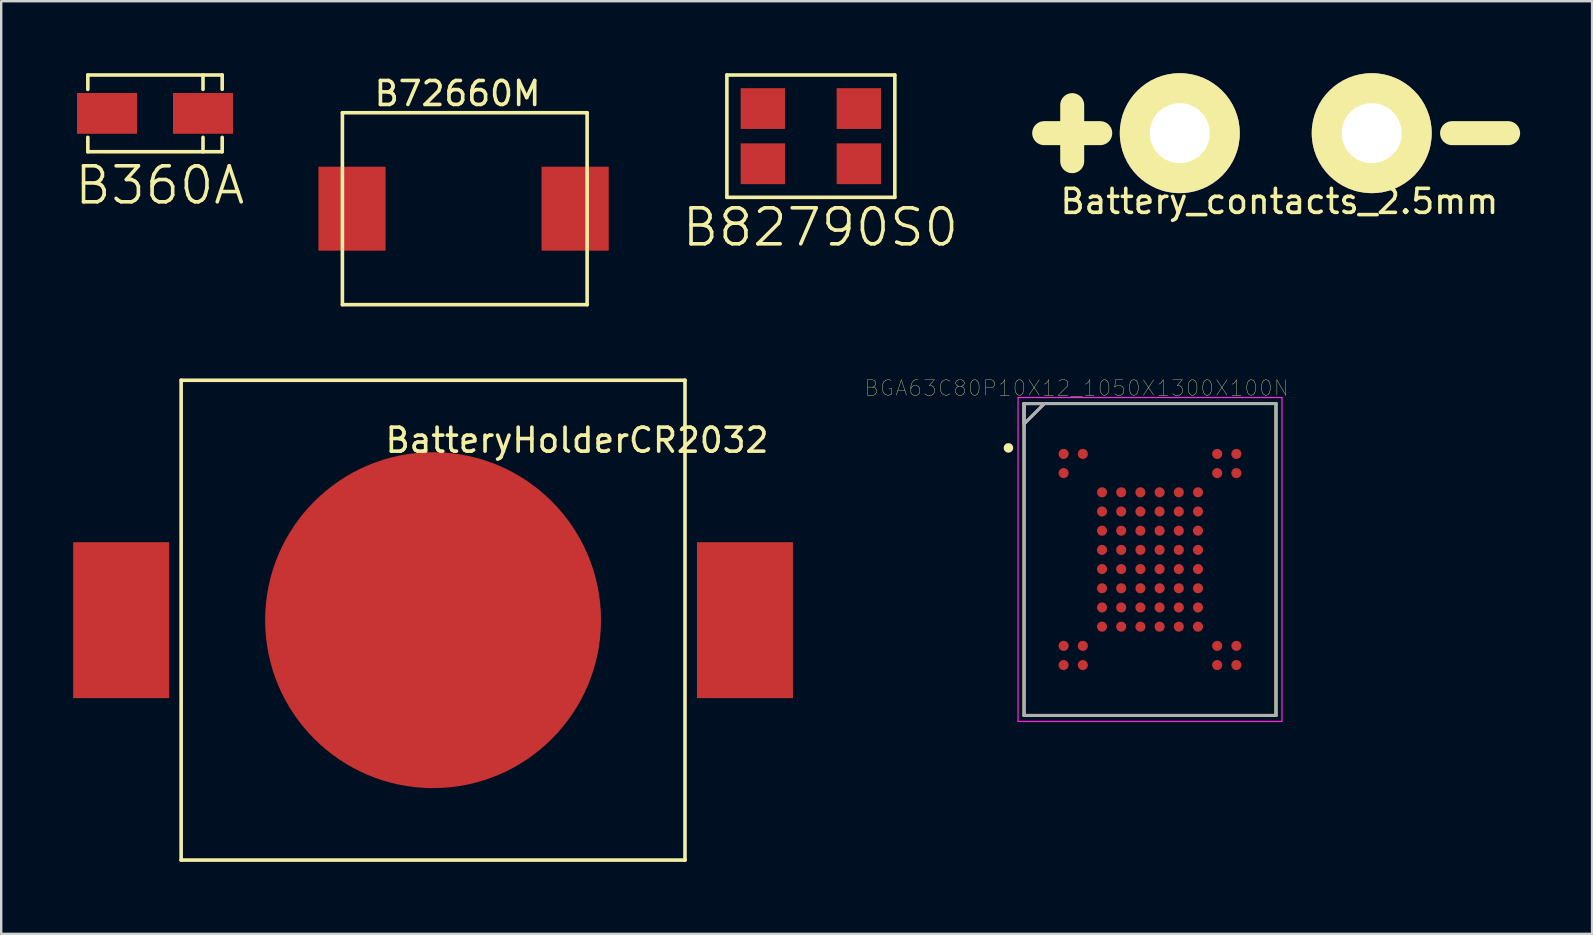
<source format=kicad_pcb>
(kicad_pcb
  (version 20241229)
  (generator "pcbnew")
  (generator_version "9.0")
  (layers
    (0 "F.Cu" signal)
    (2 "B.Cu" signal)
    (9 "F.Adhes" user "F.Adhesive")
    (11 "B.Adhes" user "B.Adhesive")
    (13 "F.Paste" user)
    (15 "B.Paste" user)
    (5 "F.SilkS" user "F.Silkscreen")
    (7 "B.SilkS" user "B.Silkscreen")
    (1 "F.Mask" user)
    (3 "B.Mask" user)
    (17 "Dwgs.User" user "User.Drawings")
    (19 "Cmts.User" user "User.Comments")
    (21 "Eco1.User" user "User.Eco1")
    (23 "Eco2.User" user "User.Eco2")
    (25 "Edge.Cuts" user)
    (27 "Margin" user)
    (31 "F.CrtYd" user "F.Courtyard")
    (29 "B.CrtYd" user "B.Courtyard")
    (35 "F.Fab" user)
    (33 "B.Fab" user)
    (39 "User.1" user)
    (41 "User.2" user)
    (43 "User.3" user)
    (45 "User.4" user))
  (footprint "BatteryHolderCR2032"
    (layer "F.Cu")
    (at 2 22.798)
    (property "Reference" "BatteryHolderCR2032" (at 19 -7.5 0) (layer "F.SilkS") (effects (font (size 1 1) (thickness 0.15))))
    (attr through_hole)
    (fp_line (start 2.5 -10) (end 23.5 -10) (stroke (width 0.15) (type solid)) (layer "F.SilkS"))
    (fp_line (start 2.5 10) (end 2.5 -10) (stroke (width 0.15) (type solid)) (layer "F.SilkS"))
    (fp_line (start 23.5 -10) (end 23.5 10) (stroke (width 0.15) (type solid)) (layer "F.SilkS"))
    (fp_line (start 23.5 10) (end 2.5 10) (stroke (width 0.15) (type solid)) (layer "F.SilkS"))
    (pad "1" smd rect (at 0 0) (size 4 6.5) (layers "F.Cu" "F.Mask" "F.Paste"))
    (pad "1" smd rect (at 26 0) (size 4 6.5) (layers "F.Cu" "F.Mask" "F.Paste"))
    (pad "2" smd circle (at 13 0) (size 14 14) (layers "F.Cu" "F.Mask" "F.Paste")))
  (footprint "B360A"
    (layer "F.Cu")
    (at 1.411 1.675)
    (property "Reference" "B360A" (at 2.2 3 0) (layer "F.SilkS") (effects (font (size 1.5 1.5) (thickness 0.15))))
    (attr through_hole)
    (fp_line (start -0.8 -1.6) (end 4.8 -1.6) (stroke (width 0.15) (type solid)) (layer "F.SilkS"))
    (fp_line (start -0.8 -1) (end -0.8 -1.6) (stroke (width 0.15) (type solid)) (layer "F.SilkS"))
    (fp_line (start -0.8 1) (end -0.8 1.6) (stroke (width 0.15) (type solid)) (layer "F.SilkS"))
    (fp_line (start -0.8 1.6) (end 4.8 1.6) (stroke (width 0.15) (type solid)) (layer "F.SilkS"))
    (fp_line (start 4 -1.6) (end 4 -1) (stroke (width 0.15) (type solid)) (layer "F.SilkS"))
    (fp_line (start 4 1) (end 4 1.6) (stroke (width 0.15) (type solid)) (layer "F.SilkS"))
    (fp_line (start 4.8 -1.6) (end 4.8 -1) (stroke (width 0.15) (type solid)) (layer "F.SilkS"))
    (fp_line (start 4.8 1.6) (end 4.8 1) (stroke (width 0.15) (type solid)) (layer "F.SilkS"))
    (pad "1" smd rect (at 0 0) (size 2.5 1.7) (layers "F.Cu" "F.Mask" "F.Paste"))
    (pad "2" smd rect (at 4 0) (size 2.5 1.7) (layers "F.Cu" "F.Mask" "F.Paste")))
  (footprint "B82790S0"
    (layer "F.Cu")
    (at 30.746 2.625)
    (property "Reference" "B82790S0" (at 0.4 3.8 0) (layer "F.SilkS") (effects (font (size 1.5 1.5) (thickness 0.15))))
    (attr through_hole)
    (fp_line (start -3.5 -2.55) (end 3.5 -2.55) (stroke (width 0.15) (type solid)) (layer "F.SilkS"))
    (fp_line (start -3.5 2.55) (end -3.5 -2.55) (stroke (width 0.15) (type solid)) (layer "F.SilkS"))
    (fp_line (start 3.5 -2.55) (end 3.5 2.55) (stroke (width 0.15) (type solid)) (layer "F.SilkS"))
    (fp_line (start 3.5 2.55) (end -3.5 2.55) (stroke (width 0.15) (type solid)) (layer "F.SilkS"))
    (pad "1" smd rect (at -2 -1.15 270) (size 1.7 1.85) (layers "F.Cu" "F.Mask" "F.Paste"))
    (pad "2" smd rect (at 2 -1.15 270) (size 1.7 1.85) (layers "F.Cu" "F.Mask" "F.Paste"))
    (pad "3" smd rect (at -2 1.15 270) (size 1.7 1.85) (layers "F.Cu" "F.Mask" "F.Paste"))
    (pad "4" smd rect (at 2 1.15 270) (size 1.7 1.85) (layers "F.Cu" "F.Mask" "F.Paste")))
  (footprint "B72660M"
    (layer "F.Cu")
    (at 11.621 5.648)
    (property "Reference" "B72660M" (at 4.4 -4.8 0) (layer "F.SilkS") (effects (font (size 1 1) (thickness 0.15))))
    (attr through_hole)
    (fp_line (start -0.4 -4) (end -0.4 4) (stroke (width 0.15) (type solid)) (layer "F.SilkS"))
    (fp_line (start -0.4 4) (end 9.8 4) (stroke (width 0.15) (type solid)) (layer "F.SilkS"))
    (fp_line (start 9.8 -4) (end -0.4 -4) (stroke (width 0.15) (type solid)) (layer "F.SilkS"))
    (fp_line (start 9.8 4) (end 9.8 -4) (stroke (width 0.15) (type solid)) (layer "F.SilkS"))
    (pad "1" smd rect (at 0 0) (size 2.8 3.5) (layers "F.Cu" "F.Mask" "F.Paste"))
    (pad "2" smd rect (at 9.3 0) (size 2.8 3.5) (layers "F.Cu" "F.Mask" "F.Paste")))
  (footprint "Battery_contacts_2.5mm"
    (layer "F.Cu")
    (at 50.123 2.5)
    (property "Reference" "Battery_contacts_2.5mm" (at 0.152 2.845 0) (layer "F.SilkS") (effects (font (size 1 1) (thickness 0.15))))
    (attr through_hole)
    (fp_line (start -9.652 0) (end -7.315 0) (stroke (width 1) (type solid)) (layer "F.SilkS"))
    (fp_line (start -8.484 1.168) (end -8.484 -1.168) (stroke (width 1) (type solid)) (layer "F.SilkS"))
    (fp_line (start 7.348 0) (end 9.685 0) (stroke (width 1) (type solid)) (layer "F.SilkS"))
    (pad "1" thru_hole circle (at -4 0) (size 5 5) (drill 2.5) (layers "*.Cu" "*.Mask" "F.SilkS"))
    (pad "2" thru_hole circle (at 4 0) (size 5 5) (drill 2.5) (layers "*.Cu" "*.Mask" "F.SilkS")))
  (footprint "BGA63C80P10X12_1050X1300X100N"
    (layer "F.Cu")
    (at 44.882 20.269)
    (property "Reference" "BGA63C80P10X12_1050X1300X100N" (at -3.058 -7.144 0) (layer "F.SilkS") (effects (font (size 0.642 0.642) (thickness 0.015))))
    (attr through_hole)
    (fp_line (start -5.25 -6.5) (end 5.25 -6.5) (stroke (width 0.127) (type solid)) (layer "F.SilkS"))
    (fp_line (start -5.25 6.5) (end -5.25 -6.5) (stroke (width 0.127) (type solid)) (layer "F.SilkS"))
    (fp_line (start 5.25 -6.5) (end 5.25 6.5) (stroke (width 0.127) (type solid)) (layer "F.SilkS"))
    (fp_line (start 5.25 6.5) (end -5.25 6.5) (stroke (width 0.127) (type solid)) (layer "F.SilkS"))
    (fp_circle (center -5.9 -4.65) (end -5.8 -4.65) (stroke (width 0.2) (type solid)) (fill no) (layer "F.SilkS"))
    (fp_line (start -5.5 -6.75) (end 5.5 -6.75) (stroke (width 0.05) (type solid)) (layer "F.CrtYd"))
    (fp_line (start -5.5 6.75) (end -5.5 -6.75) (stroke (width 0.05) (type solid)) (layer "F.CrtYd"))
    (fp_line (start 5.5 -6.75) (end 5.5 6.75) (stroke (width 0.05) (type solid)) (layer "F.CrtYd"))
    (fp_line (start 5.5 6.75) (end -5.5 6.75) (stroke (width 0.05) (type solid)) (layer "F.CrtYd"))
    (fp_line (start -5.25 -6.5) (end 5.25 -6.5) (stroke (width 0.127) (type solid)) (layer "F.Fab"))
    (fp_line (start -5.25 6.5) (end -5.25 -6.5) (stroke (width 0.127) (type solid)) (layer "F.Fab"))
    (fp_line (start 5.25 -6.5) (end 5.25 6.5) (stroke (width 0.127) (type solid)) (layer "F.Fab"))
    (fp_line (start 5.25 6.5) (end -5.25 6.5) (stroke (width 0.127) (type solid)) (layer "F.Fab"))
    (fp_poly (pts (xy -5.25 -5.65) (xy -4.4 -6.5) (xy -5.25 -6.5)) (stroke (width 0.127) (type solid)) (fill no) (layer "F.Fab"))
    (fp_poly (pts (xy -5.25 -5.65) (xy -4.4 -6.5) (xy -5.25 -6.5)) (stroke (width 0.127) (type solid)) (fill no) (layer "F.Fab"))
    (pad "A1" smd circle (at -3.6 -4.4) (size 0.42 0.42) (layers "F.Cu" "F.Mask" "F.Paste"))
    (pad "A2" smd circle (at -2.8 -4.4) (size 0.42 0.42) (layers "F.Cu" "F.Mask" "F.Paste"))
    (pad "A9" smd circle (at 2.8 -4.4) (size 0.42 0.42) (layers "F.Cu" "F.Mask" "F.Paste"))
    (pad "A10" smd circle (at 3.6 -4.4) (size 0.42 0.42) (layers "F.Cu" "F.Mask" "F.Paste"))
    (pad "B1" smd circle (at -3.6 -3.6) (size 0.42 0.42) (layers "F.Cu" "F.Mask" "F.Paste"))
    (pad "B9" smd circle (at 2.8 -3.6) (size 0.42 0.42) (layers "F.Cu" "F.Mask" "F.Paste"))
    (pad "B10" smd circle (at 3.6 -3.6) (size 0.42 0.42) (layers "F.Cu" "F.Mask" "F.Paste"))
    (pad "C3" smd circle (at -2 -2.8) (size 0.42 0.42) (layers "F.Cu" "F.Mask" "F.Paste"))
    (pad "C4" smd circle (at -1.2 -2.8) (size 0.42 0.42) (layers "F.Cu" "F.Mask" "F.Paste"))
    (pad "C5" smd circle (at -0.4 -2.8) (size 0.42 0.42) (layers "F.Cu" "F.Mask" "F.Paste"))
    (pad "C6" smd circle (at 0.4 -2.8) (size 0.42 0.42) (layers "F.Cu" "F.Mask" "F.Paste"))
    (pad "C7" smd circle (at 1.2 -2.8) (size 0.42 0.42) (layers "F.Cu" "F.Mask" "F.Paste"))
    (pad "C8" smd circle (at 2 -2.8) (size 0.42 0.42) (layers "F.Cu" "F.Mask" "F.Paste"))
    (pad "D3" smd circle (at -2 -2) (size 0.42 0.42) (layers "F.Cu" "F.Mask" "F.Paste"))
    (pad "D4" smd circle (at -1.2 -2) (size 0.42 0.42) (layers "F.Cu" "F.Mask" "F.Paste"))
    (pad "D5" smd circle (at -0.4 -2) (size 0.42 0.42) (layers "F.Cu" "F.Mask" "F.Paste"))
    (pad "D6" smd circle (at 0.4 -2) (size 0.42 0.42) (layers "F.Cu" "F.Mask" "F.Paste"))
    (pad "D7" smd circle (at 1.2 -2) (size 0.42 0.42) (layers "F.Cu" "F.Mask" "F.Paste"))
    (pad "D8" smd circle (at 2 -2) (size 0.42 0.42) (layers "F.Cu" "F.Mask" "F.Paste"))
    (pad "E3" smd circle (at -2 -1.2) (size 0.42 0.42) (layers "F.Cu" "F.Mask" "F.Paste"))
    (pad "E4" smd circle (at -1.2 -1.2) (size 0.42 0.42) (layers "F.Cu" "F.Mask" "F.Paste"))
    (pad "E5" smd circle (at -0.4 -1.2) (size 0.42 0.42) (layers "F.Cu" "F.Mask" "F.Paste"))
    (pad "E6" smd circle (at 0.4 -1.2) (size 0.42 0.42) (layers "F.Cu" "F.Mask" "F.Paste"))
    (pad "E7" smd circle (at 1.2 -1.2) (size 0.42 0.42) (layers "F.Cu" "F.Mask" "F.Paste"))
    (pad "E8" smd circle (at 2 -1.2) (size 0.42 0.42) (layers "F.Cu" "F.Mask" "F.Paste"))
    (pad "F3" smd circle (at -2 -0.4) (size 0.42 0.42) (layers "F.Cu" "F.Mask" "F.Paste"))
    (pad "F4" smd circle (at -1.2 -0.4) (size 0.42 0.42) (layers "F.Cu" "F.Mask" "F.Paste"))
    (pad "F5" smd circle (at -0.4 -0.4) (size 0.42 0.42) (layers "F.Cu" "F.Mask" "F.Paste"))
    (pad "F6" smd circle (at 0.4 -0.4) (size 0.42 0.42) (layers "F.Cu" "F.Mask" "F.Paste"))
    (pad "F7" smd circle (at 1.2 -0.4) (size 0.42 0.42) (layers "F.Cu" "F.Mask" "F.Paste"))
    (pad "F8" smd circle (at 2 -0.4) (size 0.42 0.42) (layers "F.Cu" "F.Mask" "F.Paste"))
    (pad "G3" smd circle (at -2 0.4) (size 0.42 0.42) (layers "F.Cu" "F.Mask" "F.Paste"))
    (pad "G4" smd circle (at -1.2 0.4) (size 0.42 0.42) (layers "F.Cu" "F.Mask" "F.Paste"))
    (pad "G5" smd circle (at -0.4 0.4) (size 0.42 0.42) (layers "F.Cu" "F.Mask" "F.Paste"))
    (pad "G6" smd circle (at 0.4 0.4) (size 0.42 0.42) (layers "F.Cu" "F.Mask" "F.Paste"))
    (pad "G7" smd circle (at 1.2 0.4) (size 0.42 0.42) (layers "F.Cu" "F.Mask" "F.Paste"))
    (pad "G8" smd circle (at 2 0.4) (size 0.42 0.42) (layers "F.Cu" "F.Mask" "F.Paste"))
    (pad "H3" smd circle (at -2 1.2) (size 0.42 0.42) (layers "F.Cu" "F.Mask" "F.Paste"))
    (pad "H4" smd circle (at -1.2 1.2) (size 0.42 0.42) (layers "F.Cu" "F.Mask" "F.Paste"))
    (pad "H5" smd circle (at -0.4 1.2) (size 0.42 0.42) (layers "F.Cu" "F.Mask" "F.Paste"))
    (pad "H6" smd circle (at 0.4 1.2) (size 0.42 0.42) (layers "F.Cu" "F.Mask" "F.Paste"))
    (pad "H7" smd circle (at 1.2 1.2) (size 0.42 0.42) (layers "F.Cu" "F.Mask" "F.Paste"))
    (pad "H8" smd circle (at 2 1.2) (size 0.42 0.42) (layers "F.Cu" "F.Mask" "F.Paste"))
    (pad "J3" smd circle (at -2 2) (size 0.42 0.42) (layers "F.Cu" "F.Mask" "F.Paste"))
    (pad "J4" smd circle (at -1.2 2) (size 0.42 0.42) (layers "F.Cu" "F.Mask" "F.Paste"))
    (pad "J5" smd circle (at -0.4 2) (size 0.42 0.42) (layers "F.Cu" "F.Mask" "F.Paste"))
    (pad "J6" smd circle (at 0.4 2) (size 0.42 0.42) (layers "F.Cu" "F.Mask" "F.Paste"))
    (pad "J7" smd circle (at 1.2 2) (size 0.42 0.42) (layers "F.Cu" "F.Mask" "F.Paste"))
    (pad "J8" smd circle (at 2 2) (size 0.42 0.42) (layers "F.Cu" "F.Mask" "F.Paste"))
    (pad "K3" smd circle (at -2 2.8) (size 0.42 0.42) (layers "F.Cu" "F.Mask" "F.Paste"))
    (pad "K4" smd circle (at -1.2 2.8) (size 0.42 0.42) (layers "F.Cu" "F.Mask" "F.Paste"))
    (pad "K5" smd circle (at -0.4 2.8) (size 0.42 0.42) (layers "F.Cu" "F.Mask" "F.Paste"))
    (pad "K6" smd circle (at 0.4 2.8) (size 0.42 0.42) (layers "F.Cu" "F.Mask" "F.Paste"))
    (pad "K7" smd circle (at 1.2 2.8) (size 0.42 0.42) (layers "F.Cu" "F.Mask" "F.Paste"))
    (pad "K8" smd circle (at 2 2.8) (size 0.42 0.42) (layers "F.Cu" "F.Mask" "F.Paste"))
    (pad "L1" smd circle (at -3.6 3.6) (size 0.42 0.42) (layers "F.Cu" "F.Mask" "F.Paste"))
    (pad "L2" smd circle (at -2.8 3.6) (size 0.42 0.42) (layers "F.Cu" "F.Mask" "F.Paste"))
    (pad "L9" smd circle (at 2.8 3.6) (size 0.42 0.42) (layers "F.Cu" "F.Mask" "F.Paste"))
    (pad "L10" smd circle (at 3.6 3.6) (size 0.42 0.42) (layers "F.Cu" "F.Mask" "F.Paste"))
    (pad "M1" smd circle (at -3.6 4.4) (size 0.42 0.42) (layers "F.Cu" "F.Mask" "F.Paste"))
    (pad "M2" smd circle (at -2.8 4.4) (size 0.42 0.42) (layers "F.Cu" "F.Mask" "F.Paste"))
    (pad "M9" smd circle (at 2.8 4.4) (size 0.42 0.42) (layers "F.Cu" "F.Mask" "F.Paste"))
    (pad "M10" smd circle (at 3.6 4.4) (size 0.42 0.42) (layers "F.Cu" "F.Mask" "F.Paste")))
  (gr_rect
    (start -3 -3)
    (end 63.308 35.873)
    (stroke (width 0.1) (type default))
    (fill no)
    (layer "Edge.Cuts")))
</source>
